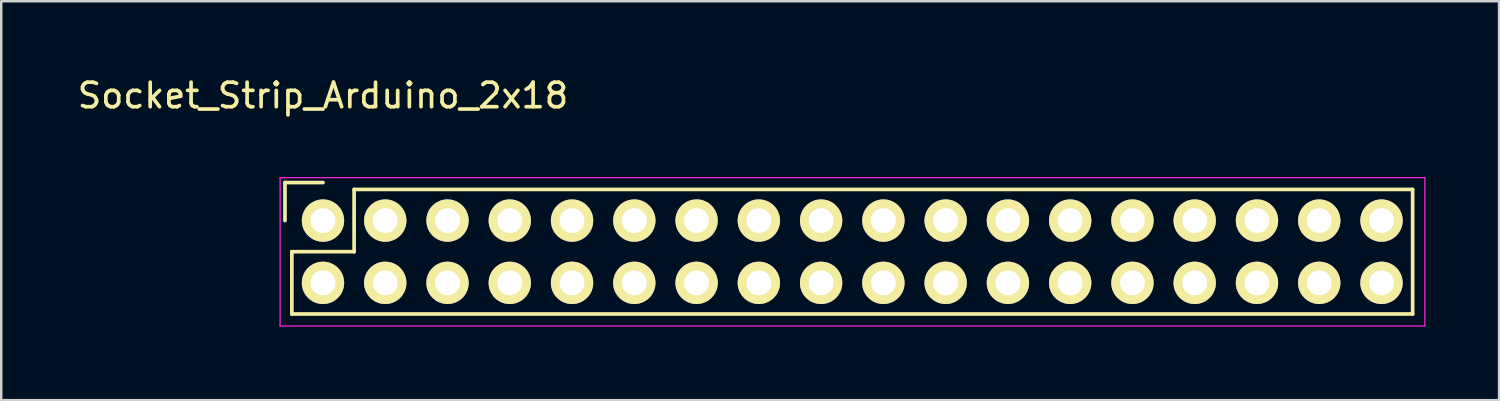
<source format=kicad_pcb>
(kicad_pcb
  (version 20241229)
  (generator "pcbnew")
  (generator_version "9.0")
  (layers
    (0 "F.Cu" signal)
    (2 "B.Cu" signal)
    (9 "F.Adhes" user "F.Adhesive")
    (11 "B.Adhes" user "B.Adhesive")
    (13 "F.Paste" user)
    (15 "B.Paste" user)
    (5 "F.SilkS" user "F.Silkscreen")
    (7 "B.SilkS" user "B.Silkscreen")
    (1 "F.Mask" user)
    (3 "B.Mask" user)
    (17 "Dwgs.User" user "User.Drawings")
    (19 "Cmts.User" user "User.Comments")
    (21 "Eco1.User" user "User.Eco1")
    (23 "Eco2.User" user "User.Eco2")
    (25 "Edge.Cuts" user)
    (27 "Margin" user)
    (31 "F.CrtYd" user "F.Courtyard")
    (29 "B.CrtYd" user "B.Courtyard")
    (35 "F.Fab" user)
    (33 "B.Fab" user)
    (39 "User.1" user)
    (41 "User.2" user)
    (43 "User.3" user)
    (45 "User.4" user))
  (footprint "Socket_Strip_Arduino_2x18"
    (layer "F.Cu")
    (at 10.125 5.948)
    (property "Reference" "Socket_Strip_Arduino_2x18" (at 0 -5.1 0) (layer "F.SilkS") (effects (font (size 1 1) (thickness 0.15))))
    (attr through_hole)
    (fp_line (start -1.55 -1.55) (end -1.55 0) (stroke (width 0.15) (type solid)) (layer "F.SilkS"))
    (fp_line (start -1.27 1.27) (end 1.27 1.27) (stroke (width 0.15) (type solid)) (layer "F.SilkS"))
    (fp_line (start -1.27 3.81) (end -1.27 1.27) (stroke (width 0.15) (type solid)) (layer "F.SilkS"))
    (fp_line (start -1.27 3.81) (end 44.45 3.81) (stroke (width 0.15) (type solid)) (layer "F.SilkS"))
    (fp_line (start 0 -1.55) (end -1.55 -1.55) (stroke (width 0.15) (type solid)) (layer "F.SilkS"))
    (fp_line (start 1.27 1.27) (end 1.27 -1.27) (stroke (width 0.15) (type solid)) (layer "F.SilkS"))
    (fp_line (start 44.45 -1.27) (end 1.27 -1.27) (stroke (width 0.15) (type solid)) (layer "F.SilkS"))
    (fp_line (start 44.45 3.81) (end 44.45 -1.27) (stroke (width 0.15) (type solid)) (layer "F.SilkS"))
    (fp_line (start -1.75 -1.75) (end -1.75 4.3) (stroke (width 0.05) (type solid)) (layer "F.CrtYd"))
    (fp_line (start -1.75 -1.75) (end 44.95 -1.75) (stroke (width 0.05) (type solid)) (layer "F.CrtYd"))
    (fp_line (start -1.75 4.3) (end 44.95 4.3) (stroke (width 0.05) (type solid)) (layer "F.CrtYd"))
    (fp_line (start 44.95 -1.75) (end 44.95 4.3) (stroke (width 0.05) (type solid)) (layer "F.CrtYd"))
    (pad "1" thru_hole circle (at 0 0) (size 1.727 1.727) (drill 1.016) (layers "*.Cu" "*.Mask" "F.SilkS"))
    (pad "2" thru_hole oval (at 0 2.54) (size 1.727 1.727) (drill 1.016) (layers "*.Cu" "*.Mask" "F.SilkS"))
    (pad "3" thru_hole oval (at 2.54 0) (size 1.727 1.727) (drill 1.016) (layers "*.Cu" "*.Mask" "F.SilkS"))
    (pad "4" thru_hole oval (at 2.54 2.54) (size 1.727 1.727) (drill 1.016) (layers "*.Cu" "*.Mask" "F.SilkS"))
    (pad "5" thru_hole oval (at 5.08 0) (size 1.727 1.727) (drill 1.016) (layers "*.Cu" "*.Mask" "F.SilkS"))
    (pad "6" thru_hole oval (at 5.08 2.54) (size 1.727 1.727) (drill 1.016) (layers "*.Cu" "*.Mask" "F.SilkS"))
    (pad "7" thru_hole oval (at 7.62 0) (size 1.727 1.727) (drill 1.016) (layers "*.Cu" "*.Mask" "F.SilkS"))
    (pad "8" thru_hole oval (at 7.62 2.54) (size 1.727 1.727) (drill 1.016) (layers "*.Cu" "*.Mask" "F.SilkS"))
    (pad "9" thru_hole oval (at 10.16 0) (size 1.727 1.727) (drill 1.016) (layers "*.Cu" "*.Mask" "F.SilkS"))
    (pad "10" thru_hole oval (at 10.16 2.54) (size 1.727 1.727) (drill 1.016) (layers "*.Cu" "*.Mask" "F.SilkS"))
    (pad "11" thru_hole oval (at 12.7 0) (size 1.727 1.727) (drill 1.016) (layers "*.Cu" "*.Mask" "F.SilkS"))
    (pad "12" thru_hole oval (at 12.7 2.54) (size 1.727 1.727) (drill 1.016) (layers "*.Cu" "*.Mask" "F.SilkS"))
    (pad "13" thru_hole oval (at 15.24 0) (size 1.727 1.727) (drill 1.016) (layers "*.Cu" "*.Mask" "F.SilkS"))
    (pad "14" thru_hole oval (at 15.24 2.54) (size 1.727 1.727) (drill 1.016) (layers "*.Cu" "*.Mask" "F.SilkS"))
    (pad "15" thru_hole oval (at 17.78 0) (size 1.727 1.727) (drill 1.016) (layers "*.Cu" "*.Mask" "F.SilkS"))
    (pad "16" thru_hole oval (at 17.78 2.54) (size 1.727 1.727) (drill 1.016) (layers "*.Cu" "*.Mask" "F.SilkS"))
    (pad "17" thru_hole oval (at 20.32 0) (size 1.727 1.727) (drill 1.016) (layers "*.Cu" "*.Mask" "F.SilkS"))
    (pad "18" thru_hole oval (at 20.32 2.54) (size 1.727 1.727) (drill 1.016) (layers "*.Cu" "*.Mask" "F.SilkS"))
    (pad "19" thru_hole oval (at 22.86 0) (size 1.727 1.727) (drill 1.016) (layers "*.Cu" "*.Mask" "F.SilkS"))
    (pad "20" thru_hole oval (at 22.86 2.54) (size 1.727 1.727) (drill 1.016) (layers "*.Cu" "*.Mask" "F.SilkS"))
    (pad "21" thru_hole oval (at 25.4 0) (size 1.727 1.727) (drill 1.016) (layers "*.Cu" "*.Mask" "F.SilkS"))
    (pad "22" thru_hole oval (at 25.4 2.54) (size 1.727 1.727) (drill 1.016) (layers "*.Cu" "*.Mask" "F.SilkS"))
    (pad "23" thru_hole oval (at 27.94 0) (size 1.727 1.727) (drill 1.016) (layers "*.Cu" "*.Mask" "F.SilkS"))
    (pad "24" thru_hole oval (at 27.94 2.54) (size 1.727 1.727) (drill 1.016) (layers "*.Cu" "*.Mask" "F.SilkS"))
    (pad "25" thru_hole oval (at 30.48 0) (size 1.727 1.727) (drill 1.016) (layers "*.Cu" "*.Mask" "F.SilkS"))
    (pad "26" thru_hole oval (at 30.48 2.54) (size 1.727 1.727) (drill 1.016) (layers "*.Cu" "*.Mask" "F.SilkS"))
    (pad "27" thru_hole oval (at 33.02 0) (size 1.727 1.727) (drill 1.016) (layers "*.Cu" "*.Mask" "F.SilkS"))
    (pad "28" thru_hole oval (at 33.02 2.54) (size 1.727 1.727) (drill 1.016) (layers "*.Cu" "*.Mask" "F.SilkS"))
    (pad "29" thru_hole oval (at 35.56 0) (size 1.727 1.727) (drill 1.016) (layers "*.Cu" "*.Mask" "F.SilkS"))
    (pad "30" thru_hole oval (at 35.56 2.54) (size 1.727 1.727) (drill 1.016) (layers "*.Cu" "*.Mask" "F.SilkS"))
    (pad "31" thru_hole oval (at 38.1 0) (size 1.727 1.727) (drill 1.016) (layers "*.Cu" "*.Mask" "F.SilkS"))
    (pad "32" thru_hole oval (at 38.1 2.54) (size 1.727 1.727) (drill 1.016) (layers "*.Cu" "*.Mask" "F.SilkS"))
    (pad "33" thru_hole oval (at 40.64 0) (size 1.727 1.727) (drill 1.016) (layers "*.Cu" "*.Mask" "F.SilkS"))
    (pad "34" thru_hole oval (at 40.64 2.54) (size 1.727 1.727) (drill 1.016) (layers "*.Cu" "*.Mask" "F.SilkS"))
    (pad "35" thru_hole oval (at 43.18 0) (size 1.727 1.727) (drill 1.016) (layers "*.Cu" "*.Mask" "F.SilkS"))
    (pad "36" thru_hole oval (at 43.18 2.54) (size 1.727 1.727) (drill 1.016) (layers "*.Cu" "*.Mask" "F.SilkS")))
  (gr_rect
    (start -3 -3)
    (end 58.1 13.273)
    (stroke (width 0.1) (type default))
    (fill no)
    (layer "Edge.Cuts")))
</source>
